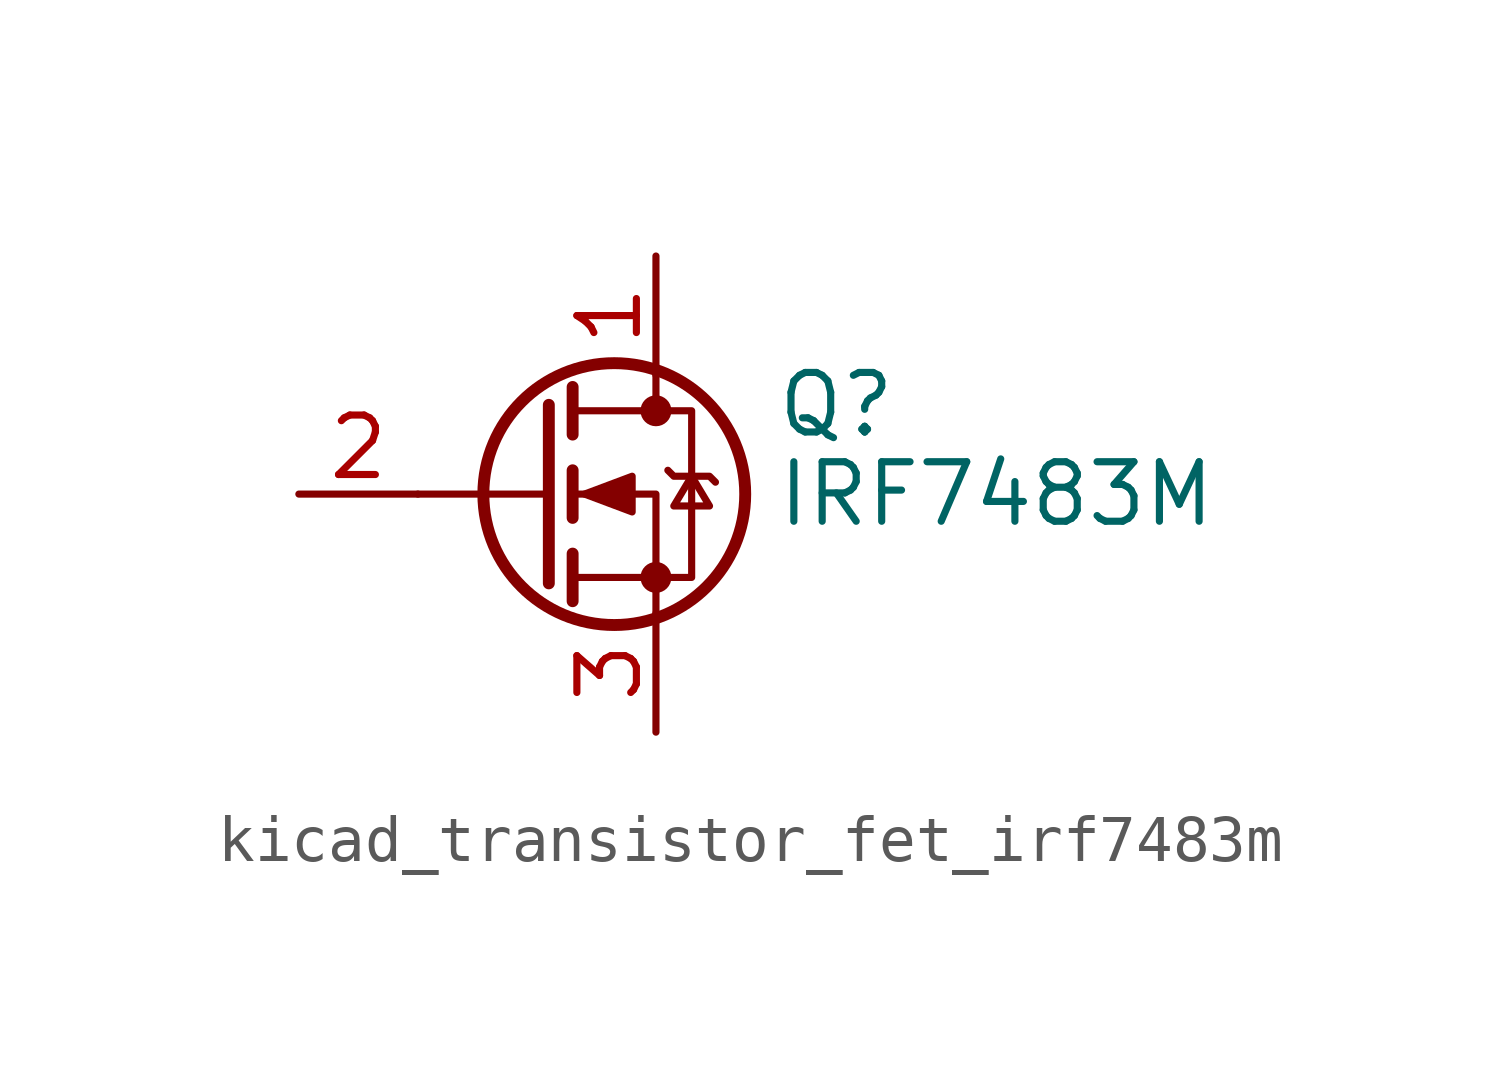
<source format=kicad_sym>
(kicad_symbol_lib
  (version 20220914)
  (generator kicad_symbol_editor)
  (symbol "kicad_transistor_fet_irf7483m"
    (pin_names hide)
    (property "Reference" "Q"
      (at 5.08 1.905 0)
      (effects (font (size 1.27 1.27)) (justify left)))
    (property "Value" "IRF7483M"
      (at 5.08 0 0)
      (effects (font (size 1.27 1.27)) (justify left)))
    (symbol "kicad_transistor_fet_irf7483m_0_1"
      (polyline (pts (xy 0.254 0) (xy -2.54 0)) (stroke (width 0) (type default)) (fill (type none)))
      (polyline (pts (xy 0.254 1.905) (xy 0.254 -1.905)) (stroke (width 0.254) (type default)) (fill (type none)))
      (polyline (pts (xy 0.762 -1.27) (xy 0.762 -2.286)) (stroke (width 0.254) (type default)) (fill (type none)))
      (polyline (pts (xy 0.762 0.508) (xy 0.762 -0.508)) (stroke (width 0.254) (type default)) (fill (type none)))
      (polyline (pts (xy 0.762 2.286) (xy 0.762 1.27)) (stroke (width 0.254) (type default)) (fill (type none)))
      (polyline (pts (xy 2.54 2.54) (xy 2.54 1.778)) (stroke (width 0) (type default)) (fill (type none)))
      (polyline (pts (xy 2.54 -2.54) (xy 2.54 0) (xy 0.762 0)) (stroke (width 0) (type default)) (fill (type none)))
      (polyline (pts (xy 0.762 -1.778) (xy 3.302 -1.778) (xy 3.302 1.778) (xy 0.762 1.778)) (stroke (width 0) (type default)) (fill (type none)))
      (polyline (pts (xy 1.016 0) (xy 2.032 0.381) (xy 2.032 -0.381) (xy 1.016 0)) (stroke (width 0) (type default)) (fill (type outline)))
      (polyline (pts (xy 2.794 0.508) (xy 2.921 0.381) (xy 3.683 0.381) (xy 3.81 0.254)) (stroke (width 0) (type default)) (fill (type none)))
      (polyline (pts (xy 3.302 0.381) (xy 2.921 -0.254) (xy 3.683 -0.254) (xy 3.302 0.381)) (stroke (width 0) (type default)) (fill (type none)))
      (circle (center 1.651 0) (radius 2.794) (stroke (width 0.254) (type default)) (fill (type none)))
      (circle (center 2.54 -1.778) (radius 0.254) (stroke (width 0) (type default)) (fill (type outline)))
      (circle (center 2.54 1.778) (radius 0.254) (stroke (width 0) (type default)) (fill (type outline))))
    (symbol "kicad_transistor_fet_irf7483m_1_1"
      (pin passive line (at 2.54 5.08 270) (length 2.54) (name "D" (effects (font (size 1.27 1.27)))) (number "1" (effects (font (size 1.27 1.27)))))
      (pin input line (at -5.08 0 0) (length 2.54) (name "G" (effects (font (size 1.27 1.27)))) (number "2" (effects (font (size 1.27 1.27)))))
      (pin passive line (at 2.54 -5.08 90) (length 2.54) (name "S" (effects (font (size 1.27 1.27)))) (number "3" (effects (font (size 1.27 1.27))))))))
</source>
